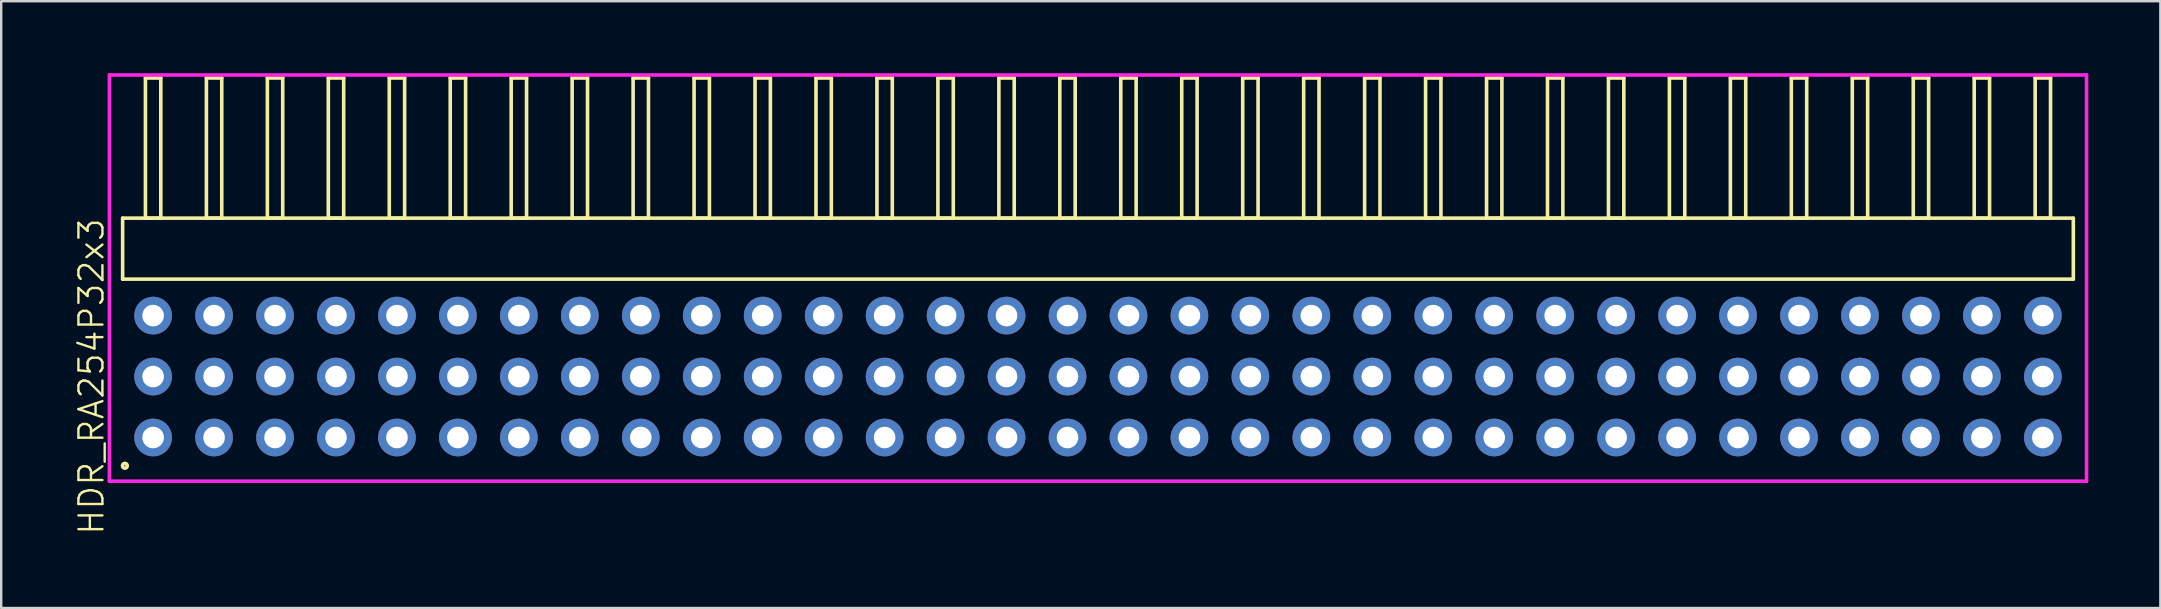
<source format=kicad_pcb>
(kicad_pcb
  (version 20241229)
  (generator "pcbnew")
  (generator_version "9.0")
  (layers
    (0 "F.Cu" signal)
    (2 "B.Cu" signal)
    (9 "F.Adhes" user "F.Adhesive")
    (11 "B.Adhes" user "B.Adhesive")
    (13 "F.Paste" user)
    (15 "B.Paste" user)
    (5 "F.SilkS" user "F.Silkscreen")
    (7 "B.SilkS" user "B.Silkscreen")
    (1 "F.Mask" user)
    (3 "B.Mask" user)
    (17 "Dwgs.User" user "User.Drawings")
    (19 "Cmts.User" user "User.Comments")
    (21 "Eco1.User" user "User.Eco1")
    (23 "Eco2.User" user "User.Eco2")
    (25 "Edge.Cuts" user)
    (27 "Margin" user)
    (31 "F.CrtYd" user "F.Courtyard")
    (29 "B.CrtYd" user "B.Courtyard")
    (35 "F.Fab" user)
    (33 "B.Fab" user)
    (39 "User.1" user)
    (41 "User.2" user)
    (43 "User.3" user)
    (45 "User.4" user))
  (footprint "HDR_RA254P32x3"
    (layer "F.Cu")
    (at 42.7 12.64)
    (property "Reference" "HDR_RA254P32x3" (at -41.94 0 90) (layer "F.SilkS") (effects (font (size 1 1) (thickness 0.1))))
    (attr through_hole)
    (fp_line (start -40.64 -6.6) (end -40.64 -4.06) (stroke (width 0.15) (type solid)) (layer "F.SilkS"))
    (fp_line (start -40.64 -4.06) (end 40.64 -4.06) (stroke (width 0.15) (type solid)) (layer "F.SilkS"))
    (fp_line (start -39.69 -12.44) (end -39.69 -6.6) (stroke (width 0.15) (type solid)) (layer "F.SilkS"))
    (fp_line (start -39.69 -6.6) (end -39.05 -6.6) (stroke (width 0.15) (type solid)) (layer "F.SilkS"))
    (fp_line (start -39.05 -12.44) (end -39.69 -12.44) (stroke (width 0.15) (type solid)) (layer "F.SilkS"))
    (fp_line (start -39.05 -6.6) (end -39.05 -12.44) (stroke (width 0.15) (type solid)) (layer "F.SilkS"))
    (fp_line (start -37.15 -12.44) (end -37.15 -6.6) (stroke (width 0.15) (type solid)) (layer "F.SilkS"))
    (fp_line (start -37.15 -6.6) (end -36.51 -6.6) (stroke (width 0.15) (type solid)) (layer "F.SilkS"))
    (fp_line (start -36.51 -12.44) (end -37.15 -12.44) (stroke (width 0.15) (type solid)) (layer "F.SilkS"))
    (fp_line (start -36.51 -6.6) (end -36.51 -12.44) (stroke (width 0.15) (type solid)) (layer "F.SilkS"))
    (fp_line (start -34.61 -12.44) (end -34.61 -6.6) (stroke (width 0.15) (type solid)) (layer "F.SilkS"))
    (fp_line (start -34.61 -6.6) (end -33.97 -6.6) (stroke (width 0.15) (type solid)) (layer "F.SilkS"))
    (fp_line (start -33.97 -12.44) (end -34.61 -12.44) (stroke (width 0.15) (type solid)) (layer "F.SilkS"))
    (fp_line (start -33.97 -6.6) (end -33.97 -12.44) (stroke (width 0.15) (type solid)) (layer "F.SilkS"))
    (fp_line (start -32.07 -12.44) (end -32.07 -6.6) (stroke (width 0.15) (type solid)) (layer "F.SilkS"))
    (fp_line (start -32.07 -6.6) (end -31.43 -6.6) (stroke (width 0.15) (type solid)) (layer "F.SilkS"))
    (fp_line (start -31.43 -12.44) (end -32.07 -12.44) (stroke (width 0.15) (type solid)) (layer "F.SilkS"))
    (fp_line (start -31.43 -6.6) (end -31.43 -12.44) (stroke (width 0.15) (type solid)) (layer "F.SilkS"))
    (fp_line (start -29.53 -12.44) (end -29.53 -6.6) (stroke (width 0.15) (type solid)) (layer "F.SilkS"))
    (fp_line (start -29.53 -6.6) (end -28.89 -6.6) (stroke (width 0.15) (type solid)) (layer "F.SilkS"))
    (fp_line (start -28.89 -12.44) (end -29.53 -12.44) (stroke (width 0.15) (type solid)) (layer "F.SilkS"))
    (fp_line (start -28.89 -6.6) (end -28.89 -12.44) (stroke (width 0.15) (type solid)) (layer "F.SilkS"))
    (fp_line (start -26.99 -12.44) (end -26.99 -6.6) (stroke (width 0.15) (type solid)) (layer "F.SilkS"))
    (fp_line (start -26.99 -6.6) (end -26.35 -6.6) (stroke (width 0.15) (type solid)) (layer "F.SilkS"))
    (fp_line (start -26.35 -12.44) (end -26.99 -12.44) (stroke (width 0.15) (type solid)) (layer "F.SilkS"))
    (fp_line (start -26.35 -6.6) (end -26.35 -12.44) (stroke (width 0.15) (type solid)) (layer "F.SilkS"))
    (fp_line (start -24.45 -12.44) (end -24.45 -6.6) (stroke (width 0.15) (type solid)) (layer "F.SilkS"))
    (fp_line (start -24.45 -6.6) (end -23.81 -6.6) (stroke (width 0.15) (type solid)) (layer "F.SilkS"))
    (fp_line (start -23.81 -12.44) (end -24.45 -12.44) (stroke (width 0.15) (type solid)) (layer "F.SilkS"))
    (fp_line (start -23.81 -6.6) (end -23.81 -12.44) (stroke (width 0.15) (type solid)) (layer "F.SilkS"))
    (fp_line (start -21.91 -12.44) (end -21.91 -6.6) (stroke (width 0.15) (type solid)) (layer "F.SilkS"))
    (fp_line (start -21.91 -6.6) (end -21.27 -6.6) (stroke (width 0.15) (type solid)) (layer "F.SilkS"))
    (fp_line (start -21.27 -12.44) (end -21.91 -12.44) (stroke (width 0.15) (type solid)) (layer "F.SilkS"))
    (fp_line (start -21.27 -6.6) (end -21.27 -12.44) (stroke (width 0.15) (type solid)) (layer "F.SilkS"))
    (fp_line (start -19.37 -12.44) (end -19.37 -6.6) (stroke (width 0.15) (type solid)) (layer "F.SilkS"))
    (fp_line (start -19.37 -6.6) (end -18.73 -6.6) (stroke (width 0.15) (type solid)) (layer "F.SilkS"))
    (fp_line (start -18.73 -12.44) (end -19.37 -12.44) (stroke (width 0.15) (type solid)) (layer "F.SilkS"))
    (fp_line (start -18.73 -6.6) (end -18.73 -12.44) (stroke (width 0.15) (type solid)) (layer "F.SilkS"))
    (fp_line (start -16.83 -12.44) (end -16.83 -6.6) (stroke (width 0.15) (type solid)) (layer "F.SilkS"))
    (fp_line (start -16.83 -6.6) (end -16.19 -6.6) (stroke (width 0.15) (type solid)) (layer "F.SilkS"))
    (fp_line (start -16.19 -12.44) (end -16.83 -12.44) (stroke (width 0.15) (type solid)) (layer "F.SilkS"))
    (fp_line (start -16.19 -6.6) (end -16.19 -12.44) (stroke (width 0.15) (type solid)) (layer "F.SilkS"))
    (fp_line (start -14.29 -12.44) (end -14.29 -6.6) (stroke (width 0.15) (type solid)) (layer "F.SilkS"))
    (fp_line (start -14.29 -6.6) (end -13.65 -6.6) (stroke (width 0.15) (type solid)) (layer "F.SilkS"))
    (fp_line (start -13.65 -12.44) (end -14.29 -12.44) (stroke (width 0.15) (type solid)) (layer "F.SilkS"))
    (fp_line (start -13.65 -6.6) (end -13.65 -12.44) (stroke (width 0.15) (type solid)) (layer "F.SilkS"))
    (fp_line (start -11.75 -12.44) (end -11.75 -6.6) (stroke (width 0.15) (type solid)) (layer "F.SilkS"))
    (fp_line (start -11.75 -6.6) (end -11.11 -6.6) (stroke (width 0.15) (type solid)) (layer "F.SilkS"))
    (fp_line (start -11.11 -12.44) (end -11.75 -12.44) (stroke (width 0.15) (type solid)) (layer "F.SilkS"))
    (fp_line (start -11.11 -6.6) (end -11.11 -12.44) (stroke (width 0.15) (type solid)) (layer "F.SilkS"))
    (fp_line (start -9.21 -12.44) (end -9.21 -6.6) (stroke (width 0.15) (type solid)) (layer "F.SilkS"))
    (fp_line (start -9.21 -6.6) (end -8.57 -6.6) (stroke (width 0.15) (type solid)) (layer "F.SilkS"))
    (fp_line (start -8.57 -12.44) (end -9.21 -12.44) (stroke (width 0.15) (type solid)) (layer "F.SilkS"))
    (fp_line (start -8.57 -6.6) (end -8.57 -12.44) (stroke (width 0.15) (type solid)) (layer "F.SilkS"))
    (fp_line (start -6.67 -12.44) (end -6.67 -6.6) (stroke (width 0.15) (type solid)) (layer "F.SilkS"))
    (fp_line (start -6.67 -6.6) (end -6.03 -6.6) (stroke (width 0.15) (type solid)) (layer "F.SilkS"))
    (fp_line (start -6.03 -12.44) (end -6.67 -12.44) (stroke (width 0.15) (type solid)) (layer "F.SilkS"))
    (fp_line (start -6.03 -6.6) (end -6.03 -12.44) (stroke (width 0.15) (type solid)) (layer "F.SilkS"))
    (fp_line (start -4.13 -12.44) (end -4.13 -6.6) (stroke (width 0.15) (type solid)) (layer "F.SilkS"))
    (fp_line (start -4.13 -6.6) (end -3.49 -6.6) (stroke (width 0.15) (type solid)) (layer "F.SilkS"))
    (fp_line (start -3.49 -12.44) (end -4.13 -12.44) (stroke (width 0.15) (type solid)) (layer "F.SilkS"))
    (fp_line (start -3.49 -6.6) (end -3.49 -12.44) (stroke (width 0.15) (type solid)) (layer "F.SilkS"))
    (fp_line (start -1.59 -12.44) (end -1.59 -6.6) (stroke (width 0.15) (type solid)) (layer "F.SilkS"))
    (fp_line (start -1.59 -6.6) (end -0.95 -6.6) (stroke (width 0.15) (type solid)) (layer "F.SilkS"))
    (fp_line (start -0.95 -12.44) (end -1.59 -12.44) (stroke (width 0.15) (type solid)) (layer "F.SilkS"))
    (fp_line (start -0.95 -6.6) (end -0.95 -12.44) (stroke (width 0.15) (type solid)) (layer "F.SilkS"))
    (fp_line (start 0.95 -12.44) (end 0.95 -6.6) (stroke (width 0.15) (type solid)) (layer "F.SilkS"))
    (fp_line (start 0.95 -6.6) (end 1.59 -6.6) (stroke (width 0.15) (type solid)) (layer "F.SilkS"))
    (fp_line (start 1.59 -12.44) (end 0.95 -12.44) (stroke (width 0.15) (type solid)) (layer "F.SilkS"))
    (fp_line (start 1.59 -6.6) (end 1.59 -12.44) (stroke (width 0.15) (type solid)) (layer "F.SilkS"))
    (fp_line (start 3.49 -12.44) (end 3.49 -6.6) (stroke (width 0.15) (type solid)) (layer "F.SilkS"))
    (fp_line (start 3.49 -6.6) (end 4.13 -6.6) (stroke (width 0.15) (type solid)) (layer "F.SilkS"))
    (fp_line (start 4.13 -12.44) (end 3.49 -12.44) (stroke (width 0.15) (type solid)) (layer "F.SilkS"))
    (fp_line (start 4.13 -6.6) (end 4.13 -12.44) (stroke (width 0.15) (type solid)) (layer "F.SilkS"))
    (fp_line (start 6.03 -12.44) (end 6.03 -6.6) (stroke (width 0.15) (type solid)) (layer "F.SilkS"))
    (fp_line (start 6.03 -6.6) (end 6.67 -6.6) (stroke (width 0.15) (type solid)) (layer "F.SilkS"))
    (fp_line (start 6.67 -12.44) (end 6.03 -12.44) (stroke (width 0.15) (type solid)) (layer "F.SilkS"))
    (fp_line (start 6.67 -6.6) (end 6.67 -12.44) (stroke (width 0.15) (type solid)) (layer "F.SilkS"))
    (fp_line (start 8.57 -12.44) (end 8.57 -6.6) (stroke (width 0.15) (type solid)) (layer "F.SilkS"))
    (fp_line (start 8.57 -6.6) (end 9.21 -6.6) (stroke (width 0.15) (type solid)) (layer "F.SilkS"))
    (fp_line (start 9.21 -12.44) (end 8.57 -12.44) (stroke (width 0.15) (type solid)) (layer "F.SilkS"))
    (fp_line (start 9.21 -6.6) (end 9.21 -12.44) (stroke (width 0.15) (type solid)) (layer "F.SilkS"))
    (fp_line (start 11.11 -12.44) (end 11.11 -6.6) (stroke (width 0.15) (type solid)) (layer "F.SilkS"))
    (fp_line (start 11.11 -6.6) (end 11.75 -6.6) (stroke (width 0.15) (type solid)) (layer "F.SilkS"))
    (fp_line (start 11.75 -12.44) (end 11.11 -12.44) (stroke (width 0.15) (type solid)) (layer "F.SilkS"))
    (fp_line (start 11.75 -6.6) (end 11.75 -12.44) (stroke (width 0.15) (type solid)) (layer "F.SilkS"))
    (fp_line (start 13.65 -12.44) (end 13.65 -6.6) (stroke (width 0.15) (type solid)) (layer "F.SilkS"))
    (fp_line (start 13.65 -6.6) (end 14.29 -6.6) (stroke (width 0.15) (type solid)) (layer "F.SilkS"))
    (fp_line (start 14.29 -12.44) (end 13.65 -12.44) (stroke (width 0.15) (type solid)) (layer "F.SilkS"))
    (fp_line (start 14.29 -6.6) (end 14.29 -12.44) (stroke (width 0.15) (type solid)) (layer "F.SilkS"))
    (fp_line (start 16.19 -12.44) (end 16.19 -6.6) (stroke (width 0.15) (type solid)) (layer "F.SilkS"))
    (fp_line (start 16.19 -6.6) (end 16.83 -6.6) (stroke (width 0.15) (type solid)) (layer "F.SilkS"))
    (fp_line (start 16.83 -12.44) (end 16.19 -12.44) (stroke (width 0.15) (type solid)) (layer "F.SilkS"))
    (fp_line (start 16.83 -6.6) (end 16.83 -12.44) (stroke (width 0.15) (type solid)) (layer "F.SilkS"))
    (fp_line (start 18.73 -12.44) (end 18.73 -6.6) (stroke (width 0.15) (type solid)) (layer "F.SilkS"))
    (fp_line (start 18.73 -6.6) (end 19.37 -6.6) (stroke (width 0.15) (type solid)) (layer "F.SilkS"))
    (fp_line (start 19.37 -12.44) (end 18.73 -12.44) (stroke (width 0.15) (type solid)) (layer "F.SilkS"))
    (fp_line (start 19.37 -6.6) (end 19.37 -12.44) (stroke (width 0.15) (type solid)) (layer "F.SilkS"))
    (fp_line (start 21.27 -12.44) (end 21.27 -6.6) (stroke (width 0.15) (type solid)) (layer "F.SilkS"))
    (fp_line (start 21.27 -6.6) (end 21.91 -6.6) (stroke (width 0.15) (type solid)) (layer "F.SilkS"))
    (fp_line (start 21.91 -12.44) (end 21.27 -12.44) (stroke (width 0.15) (type solid)) (layer "F.SilkS"))
    (fp_line (start 21.91 -6.6) (end 21.91 -12.44) (stroke (width 0.15) (type solid)) (layer "F.SilkS"))
    (fp_line (start 23.81 -12.44) (end 23.81 -6.6) (stroke (width 0.15) (type solid)) (layer "F.SilkS"))
    (fp_line (start 23.81 -6.6) (end 24.45 -6.6) (stroke (width 0.15) (type solid)) (layer "F.SilkS"))
    (fp_line (start 24.45 -12.44) (end 23.81 -12.44) (stroke (width 0.15) (type solid)) (layer "F.SilkS"))
    (fp_line (start 24.45 -6.6) (end 24.45 -12.44) (stroke (width 0.15) (type solid)) (layer "F.SilkS"))
    (fp_line (start 26.35 -12.44) (end 26.35 -6.6) (stroke (width 0.15) (type solid)) (layer "F.SilkS"))
    (fp_line (start 26.35 -6.6) (end 26.99 -6.6) (stroke (width 0.15) (type solid)) (layer "F.SilkS"))
    (fp_line (start 26.99 -12.44) (end 26.35 -12.44) (stroke (width 0.15) (type solid)) (layer "F.SilkS"))
    (fp_line (start 26.99 -6.6) (end 26.99 -12.44) (stroke (width 0.15) (type solid)) (layer "F.SilkS"))
    (fp_line (start 28.89 -12.44) (end 28.89 -6.6) (stroke (width 0.15) (type solid)) (layer "F.SilkS"))
    (fp_line (start 28.89 -6.6) (end 29.53 -6.6) (stroke (width 0.15) (type solid)) (layer "F.SilkS"))
    (fp_line (start 29.53 -12.44) (end 28.89 -12.44) (stroke (width 0.15) (type solid)) (layer "F.SilkS"))
    (fp_line (start 29.53 -6.6) (end 29.53 -12.44) (stroke (width 0.15) (type solid)) (layer "F.SilkS"))
    (fp_line (start 31.43 -12.44) (end 31.43 -6.6) (stroke (width 0.15) (type solid)) (layer "F.SilkS"))
    (fp_line (start 31.43 -6.6) (end 32.07 -6.6) (stroke (width 0.15) (type solid)) (layer "F.SilkS"))
    (fp_line (start 32.07 -12.44) (end 31.43 -12.44) (stroke (width 0.15) (type solid)) (layer "F.SilkS"))
    (fp_line (start 32.07 -6.6) (end 32.07 -12.44) (stroke (width 0.15) (type solid)) (layer "F.SilkS"))
    (fp_line (start 33.97 -12.44) (end 33.97 -6.6) (stroke (width 0.15) (type solid)) (layer "F.SilkS"))
    (fp_line (start 33.97 -6.6) (end 34.61 -6.6) (stroke (width 0.15) (type solid)) (layer "F.SilkS"))
    (fp_line (start 34.61 -12.44) (end 33.97 -12.44) (stroke (width 0.15) (type solid)) (layer "F.SilkS"))
    (fp_line (start 34.61 -6.6) (end 34.61 -12.44) (stroke (width 0.15) (type solid)) (layer "F.SilkS"))
    (fp_line (start 36.51 -12.44) (end 36.51 -6.6) (stroke (width 0.15) (type solid)) (layer "F.SilkS"))
    (fp_line (start 36.51 -6.6) (end 37.15 -6.6) (stroke (width 0.15) (type solid)) (layer "F.SilkS"))
    (fp_line (start 37.15 -12.44) (end 36.51 -12.44) (stroke (width 0.15) (type solid)) (layer "F.SilkS"))
    (fp_line (start 37.15 -6.6) (end 37.15 -12.44) (stroke (width 0.15) (type solid)) (layer "F.SilkS"))
    (fp_line (start 39.05 -12.44) (end 39.05 -6.6) (stroke (width 0.15) (type solid)) (layer "F.SilkS"))
    (fp_line (start 39.05 -6.6) (end 39.69 -6.6) (stroke (width 0.15) (type solid)) (layer "F.SilkS"))
    (fp_line (start 39.69 -12.44) (end 39.05 -12.44) (stroke (width 0.15) (type solid)) (layer "F.SilkS"))
    (fp_line (start 39.69 -6.6) (end 39.69 -12.44) (stroke (width 0.15) (type solid)) (layer "F.SilkS"))
    (fp_line (start 40.64 -6.6) (end -40.64 -6.6) (stroke (width 0.15) (type solid)) (layer "F.SilkS"))
    (fp_line (start 40.64 -4.06) (end 40.64 -6.6) (stroke (width 0.15) (type solid)) (layer "F.SilkS"))
    (fp_circle (center -40.547 3.718) (end -40.447 3.718) (stroke (width 0.15) (type solid)) (fill no) (layer "F.SilkS"))
    (fp_line (start -41.19 -12.565) (end -41.19 4.36) (stroke (width 0.15) (type solid)) (layer "F.CrtYd"))
    (fp_line (start -41.19 4.36) (end 41.19 4.36) (stroke (width 0.15) (type solid)) (layer "F.CrtYd"))
    (fp_line (start 41.19 -12.565) (end -41.19 -12.565) (stroke (width 0.15) (type solid)) (layer "F.CrtYd"))
    (fp_line (start 41.19 4.36) (end 41.19 -12.565) (stroke (width 0.15) (type solid)) (layer "F.CrtYd"))
    (pad "1" thru_hole oval (at -39.37 2.54) (size 1.57 1.57) (drill 0.9) (layers "*.Cu" "*.Mask"))
    (pad "2" thru_hole oval (at -39.37 0) (size 1.57 1.57) (drill 0.9) (layers "*.Cu" "*.Mask"))
    (pad "3" thru_hole oval (at -39.37 -2.54) (size 1.57 1.57) (drill 0.9) (layers "*.Cu" "*.Mask"))
    (pad "4" thru_hole oval (at -36.83 2.54) (size 1.57 1.57) (drill 0.9) (layers "*.Cu" "*.Mask"))
    (pad "5" thru_hole oval (at -36.83 0) (size 1.57 1.57) (drill 0.9) (layers "*.Cu" "*.Mask"))
    (pad "6" thru_hole oval (at -36.83 -2.54) (size 1.57 1.57) (drill 0.9) (layers "*.Cu" "*.Mask"))
    (pad "7" thru_hole oval (at -34.29 2.54) (size 1.57 1.57) (drill 0.9) (layers "*.Cu" "*.Mask"))
    (pad "8" thru_hole oval (at -34.29 0) (size 1.57 1.57) (drill 0.9) (layers "*.Cu" "*.Mask"))
    (pad "9" thru_hole oval (at -34.29 -2.54) (size 1.57 1.57) (drill 0.9) (layers "*.Cu" "*.Mask"))
    (pad "10" thru_hole oval (at -31.75 2.54) (size 1.57 1.57) (drill 0.9) (layers "*.Cu" "*.Mask"))
    (pad "11" thru_hole oval (at -31.75 0) (size 1.57 1.57) (drill 0.9) (layers "*.Cu" "*.Mask"))
    (pad "12" thru_hole oval (at -31.75 -2.54) (size 1.57 1.57) (drill 0.9) (layers "*.Cu" "*.Mask"))
    (pad "13" thru_hole oval (at -29.21 2.54) (size 1.57 1.57) (drill 0.9) (layers "*.Cu" "*.Mask"))
    (pad "14" thru_hole oval (at -29.21 0) (size 1.57 1.57) (drill 0.9) (layers "*.Cu" "*.Mask"))
    (pad "15" thru_hole oval (at -29.21 -2.54) (size 1.57 1.57) (drill 0.9) (layers "*.Cu" "*.Mask"))
    (pad "16" thru_hole oval (at -26.67 2.54) (size 1.57 1.57) (drill 0.9) (layers "*.Cu" "*.Mask"))
    (pad "17" thru_hole oval (at -26.67 0) (size 1.57 1.57) (drill 0.9) (layers "*.Cu" "*.Mask"))
    (pad "18" thru_hole oval (at -26.67 -2.54) (size 1.57 1.57) (drill 0.9) (layers "*.Cu" "*.Mask"))
    (pad "19" thru_hole oval (at -24.13 2.54) (size 1.57 1.57) (drill 0.9) (layers "*.Cu" "*.Mask"))
    (pad "20" thru_hole oval (at -24.13 0) (size 1.57 1.57) (drill 0.9) (layers "*.Cu" "*.Mask"))
    (pad "21" thru_hole oval (at -24.13 -2.54) (size 1.57 1.57) (drill 0.9) (layers "*.Cu" "*.Mask"))
    (pad "22" thru_hole oval (at -21.59 2.54) (size 1.57 1.57) (drill 0.9) (layers "*.Cu" "*.Mask"))
    (pad "23" thru_hole oval (at -21.59 0) (size 1.57 1.57) (drill 0.9) (layers "*.Cu" "*.Mask"))
    (pad "24" thru_hole oval (at -21.59 -2.54) (size 1.57 1.57) (drill 0.9) (layers "*.Cu" "*.Mask"))
    (pad "25" thru_hole oval (at -19.05 2.54) (size 1.57 1.57) (drill 0.9) (layers "*.Cu" "*.Mask"))
    (pad "26" thru_hole oval (at -19.05 0) (size 1.57 1.57) (drill 0.9) (layers "*.Cu" "*.Mask"))
    (pad "27" thru_hole oval (at -19.05 -2.54) (size 1.57 1.57) (drill 0.9) (layers "*.Cu" "*.Mask"))
    (pad "28" thru_hole oval (at -16.51 2.54) (size 1.57 1.57) (drill 0.9) (layers "*.Cu" "*.Mask"))
    (pad "29" thru_hole oval (at -16.51 0) (size 1.57 1.57) (drill 0.9) (layers "*.Cu" "*.Mask"))
    (pad "30" thru_hole oval (at -16.51 -2.54) (size 1.57 1.57) (drill 0.9) (layers "*.Cu" "*.Mask"))
    (pad "31" thru_hole oval (at -13.97 2.54) (size 1.57 1.57) (drill 0.9) (layers "*.Cu" "*.Mask"))
    (pad "32" thru_hole oval (at -13.97 0) (size 1.57 1.57) (drill 0.9) (layers "*.Cu" "*.Mask"))
    (pad "33" thru_hole oval (at -13.97 -2.54) (size 1.57 1.57) (drill 0.9) (layers "*.Cu" "*.Mask"))
    (pad "34" thru_hole oval (at -11.43 2.54) (size 1.57 1.57) (drill 0.9) (layers "*.Cu" "*.Mask"))
    (pad "35" thru_hole oval (at -11.43 0) (size 1.57 1.57) (drill 0.9) (layers "*.Cu" "*.Mask"))
    (pad "36" thru_hole oval (at -11.43 -2.54) (size 1.57 1.57) (drill 0.9) (layers "*.Cu" "*.Mask"))
    (pad "37" thru_hole oval (at -8.89 2.54) (size 1.57 1.57) (drill 0.9) (layers "*.Cu" "*.Mask"))
    (pad "38" thru_hole oval (at -8.89 0) (size 1.57 1.57) (drill 0.9) (layers "*.Cu" "*.Mask"))
    (pad "39" thru_hole oval (at -8.89 -2.54) (size 1.57 1.57) (drill 0.9) (layers "*.Cu" "*.Mask"))
    (pad "40" thru_hole oval (at -6.35 2.54) (size 1.57 1.57) (drill 0.9) (layers "*.Cu" "*.Mask"))
    (pad "41" thru_hole oval (at -6.35 0) (size 1.57 1.57) (drill 0.9) (layers "*.Cu" "*.Mask"))
    (pad "42" thru_hole oval (at -6.35 -2.54) (size 1.57 1.57) (drill 0.9) (layers "*.Cu" "*.Mask"))
    (pad "43" thru_hole oval (at -3.81 2.54) (size 1.57 1.57) (drill 0.9) (layers "*.Cu" "*.Mask"))
    (pad "44" thru_hole oval (at -3.81 0) (size 1.57 1.57) (drill 0.9) (layers "*.Cu" "*.Mask"))
    (pad "45" thru_hole oval (at -3.81 -2.54) (size 1.57 1.57) (drill 0.9) (layers "*.Cu" "*.Mask"))
    (pad "46" thru_hole oval (at -1.27 2.54) (size 1.57 1.57) (drill 0.9) (layers "*.Cu" "*.Mask"))
    (pad "47" thru_hole oval (at -1.27 0) (size 1.57 1.57) (drill 0.9) (layers "*.Cu" "*.Mask"))
    (pad "48" thru_hole oval (at -1.27 -2.54) (size 1.57 1.57) (drill 0.9) (layers "*.Cu" "*.Mask"))
    (pad "49" thru_hole oval (at 1.27 2.54) (size 1.57 1.57) (drill 0.9) (layers "*.Cu" "*.Mask"))
    (pad "50" thru_hole oval (at 1.27 0) (size 1.57 1.57) (drill 0.9) (layers "*.Cu" "*.Mask"))
    (pad "51" thru_hole oval (at 1.27 -2.54) (size 1.57 1.57) (drill 0.9) (layers "*.Cu" "*.Mask"))
    (pad "52" thru_hole oval (at 3.81 2.54) (size 1.57 1.57) (drill 0.9) (layers "*.Cu" "*.Mask"))
    (pad "53" thru_hole oval (at 3.81 0) (size 1.57 1.57) (drill 0.9) (layers "*.Cu" "*.Mask"))
    (pad "54" thru_hole oval (at 3.81 -2.54) (size 1.57 1.57) (drill 0.9) (layers "*.Cu" "*.Mask"))
    (pad "55" thru_hole oval (at 6.35 2.54) (size 1.57 1.57) (drill 0.9) (layers "*.Cu" "*.Mask"))
    (pad "56" thru_hole oval (at 6.35 0) (size 1.57 1.57) (drill 0.9) (layers "*.Cu" "*.Mask"))
    (pad "57" thru_hole oval (at 6.35 -2.54) (size 1.57 1.57) (drill 0.9) (layers "*.Cu" "*.Mask"))
    (pad "58" thru_hole oval (at 8.89 2.54) (size 1.57 1.57) (drill 0.9) (layers "*.Cu" "*.Mask"))
    (pad "59" thru_hole oval (at 8.89 0) (size 1.57 1.57) (drill 0.9) (layers "*.Cu" "*.Mask"))
    (pad "60" thru_hole oval (at 8.89 -2.54) (size 1.57 1.57) (drill 0.9) (layers "*.Cu" "*.Mask"))
    (pad "61" thru_hole oval (at 11.43 2.54) (size 1.57 1.57) (drill 0.9) (layers "*.Cu" "*.Mask"))
    (pad "62" thru_hole oval (at 11.43 0) (size 1.57 1.57) (drill 0.9) (layers "*.Cu" "*.Mask"))
    (pad "63" thru_hole oval (at 11.43 -2.54) (size 1.57 1.57) (drill 0.9) (layers "*.Cu" "*.Mask"))
    (pad "64" thru_hole oval (at 13.97 2.54) (size 1.57 1.57) (drill 0.9) (layers "*.Cu" "*.Mask"))
    (pad "65" thru_hole oval (at 13.97 0) (size 1.57 1.57) (drill 0.9) (layers "*.Cu" "*.Mask"))
    (pad "66" thru_hole oval (at 13.97 -2.54) (size 1.57 1.57) (drill 0.9) (layers "*.Cu" "*.Mask"))
    (pad "67" thru_hole oval (at 16.51 2.54) (size 1.57 1.57) (drill 0.9) (layers "*.Cu" "*.Mask"))
    (pad "68" thru_hole oval (at 16.51 0) (size 1.57 1.57) (drill 0.9) (layers "*.Cu" "*.Mask"))
    (pad "69" thru_hole oval (at 16.51 -2.54) (size 1.57 1.57) (drill 0.9) (layers "*.Cu" "*.Mask"))
    (pad "70" thru_hole oval (at 19.05 2.54) (size 1.57 1.57) (drill 0.9) (layers "*.Cu" "*.Mask"))
    (pad "71" thru_hole oval (at 19.05 0) (size 1.57 1.57) (drill 0.9) (layers "*.Cu" "*.Mask"))
    (pad "72" thru_hole oval (at 19.05 -2.54) (size 1.57 1.57) (drill 0.9) (layers "*.Cu" "*.Mask"))
    (pad "73" thru_hole oval (at 21.59 2.54) (size 1.57 1.57) (drill 0.9) (layers "*.Cu" "*.Mask"))
    (pad "74" thru_hole oval (at 21.59 0) (size 1.57 1.57) (drill 0.9) (layers "*.Cu" "*.Mask"))
    (pad "75" thru_hole oval (at 21.59 -2.54) (size 1.57 1.57) (drill 0.9) (layers "*.Cu" "*.Mask"))
    (pad "76" thru_hole oval (at 24.13 2.54) (size 1.57 1.57) (drill 0.9) (layers "*.Cu" "*.Mask"))
    (pad "77" thru_hole oval (at 24.13 0) (size 1.57 1.57) (drill 0.9) (layers "*.Cu" "*.Mask"))
    (pad "78" thru_hole oval (at 24.13 -2.54) (size 1.57 1.57) (drill 0.9) (layers "*.Cu" "*.Mask"))
    (pad "79" thru_hole oval (at 26.67 2.54) (size 1.57 1.57) (drill 0.9) (layers "*.Cu" "*.Mask"))
    (pad "80" thru_hole oval (at 26.67 0) (size 1.57 1.57) (drill 0.9) (layers "*.Cu" "*.Mask"))
    (pad "81" thru_hole oval (at 26.67 -2.54) (size 1.57 1.57) (drill 0.9) (layers "*.Cu" "*.Mask"))
    (pad "82" thru_hole oval (at 29.21 2.54) (size 1.57 1.57) (drill 0.9) (layers "*.Cu" "*.Mask"))
    (pad "83" thru_hole oval (at 29.21 0) (size 1.57 1.57) (drill 0.9) (layers "*.Cu" "*.Mask"))
    (pad "84" thru_hole oval (at 29.21 -2.54) (size 1.57 1.57) (drill 0.9) (layers "*.Cu" "*.Mask"))
    (pad "85" thru_hole oval (at 31.75 2.54) (size 1.57 1.57) (drill 0.9) (layers "*.Cu" "*.Mask"))
    (pad "86" thru_hole oval (at 31.75 0) (size 1.57 1.57) (drill 0.9) (layers "*.Cu" "*.Mask"))
    (pad "87" thru_hole oval (at 31.75 -2.54) (size 1.57 1.57) (drill 0.9) (layers "*.Cu" "*.Mask"))
    (pad "88" thru_hole oval (at 34.29 2.54) (size 1.57 1.57) (drill 0.9) (layers "*.Cu" "*.Mask"))
    (pad "89" thru_hole oval (at 34.29 0) (size 1.57 1.57) (drill 0.9) (layers "*.Cu" "*.Mask"))
    (pad "90" thru_hole oval (at 34.29 -2.54) (size 1.57 1.57) (drill 0.9) (layers "*.Cu" "*.Mask"))
    (pad "91" thru_hole oval (at 36.83 2.54) (size 1.57 1.57) (drill 0.9) (layers "*.Cu" "*.Mask"))
    (pad "92" thru_hole oval (at 36.83 0) (size 1.57 1.57) (drill 0.9) (layers "*.Cu" "*.Mask"))
    (pad "93" thru_hole oval (at 36.83 -2.54) (size 1.57 1.57) (drill 0.9) (layers "*.Cu" "*.Mask"))
    (pad "94" thru_hole oval (at 39.37 2.54) (size 1.57 1.57) (drill 0.9) (layers "*.Cu" "*.Mask"))
    (pad "95" thru_hole oval (at 39.37 0) (size 1.57 1.57) (drill 0.9) (layers "*.Cu" "*.Mask"))
    (pad "96" thru_hole oval (at 39.37 -2.54) (size 1.57 1.57) (drill 0.9) (layers "*.Cu" "*.Mask")))
  (gr_rect
    (start -3 -3)
    (end 86.966 22.285)
    (stroke (width 0.1) (type default))
    (fill no)
    (layer "Edge.Cuts")))
</source>
